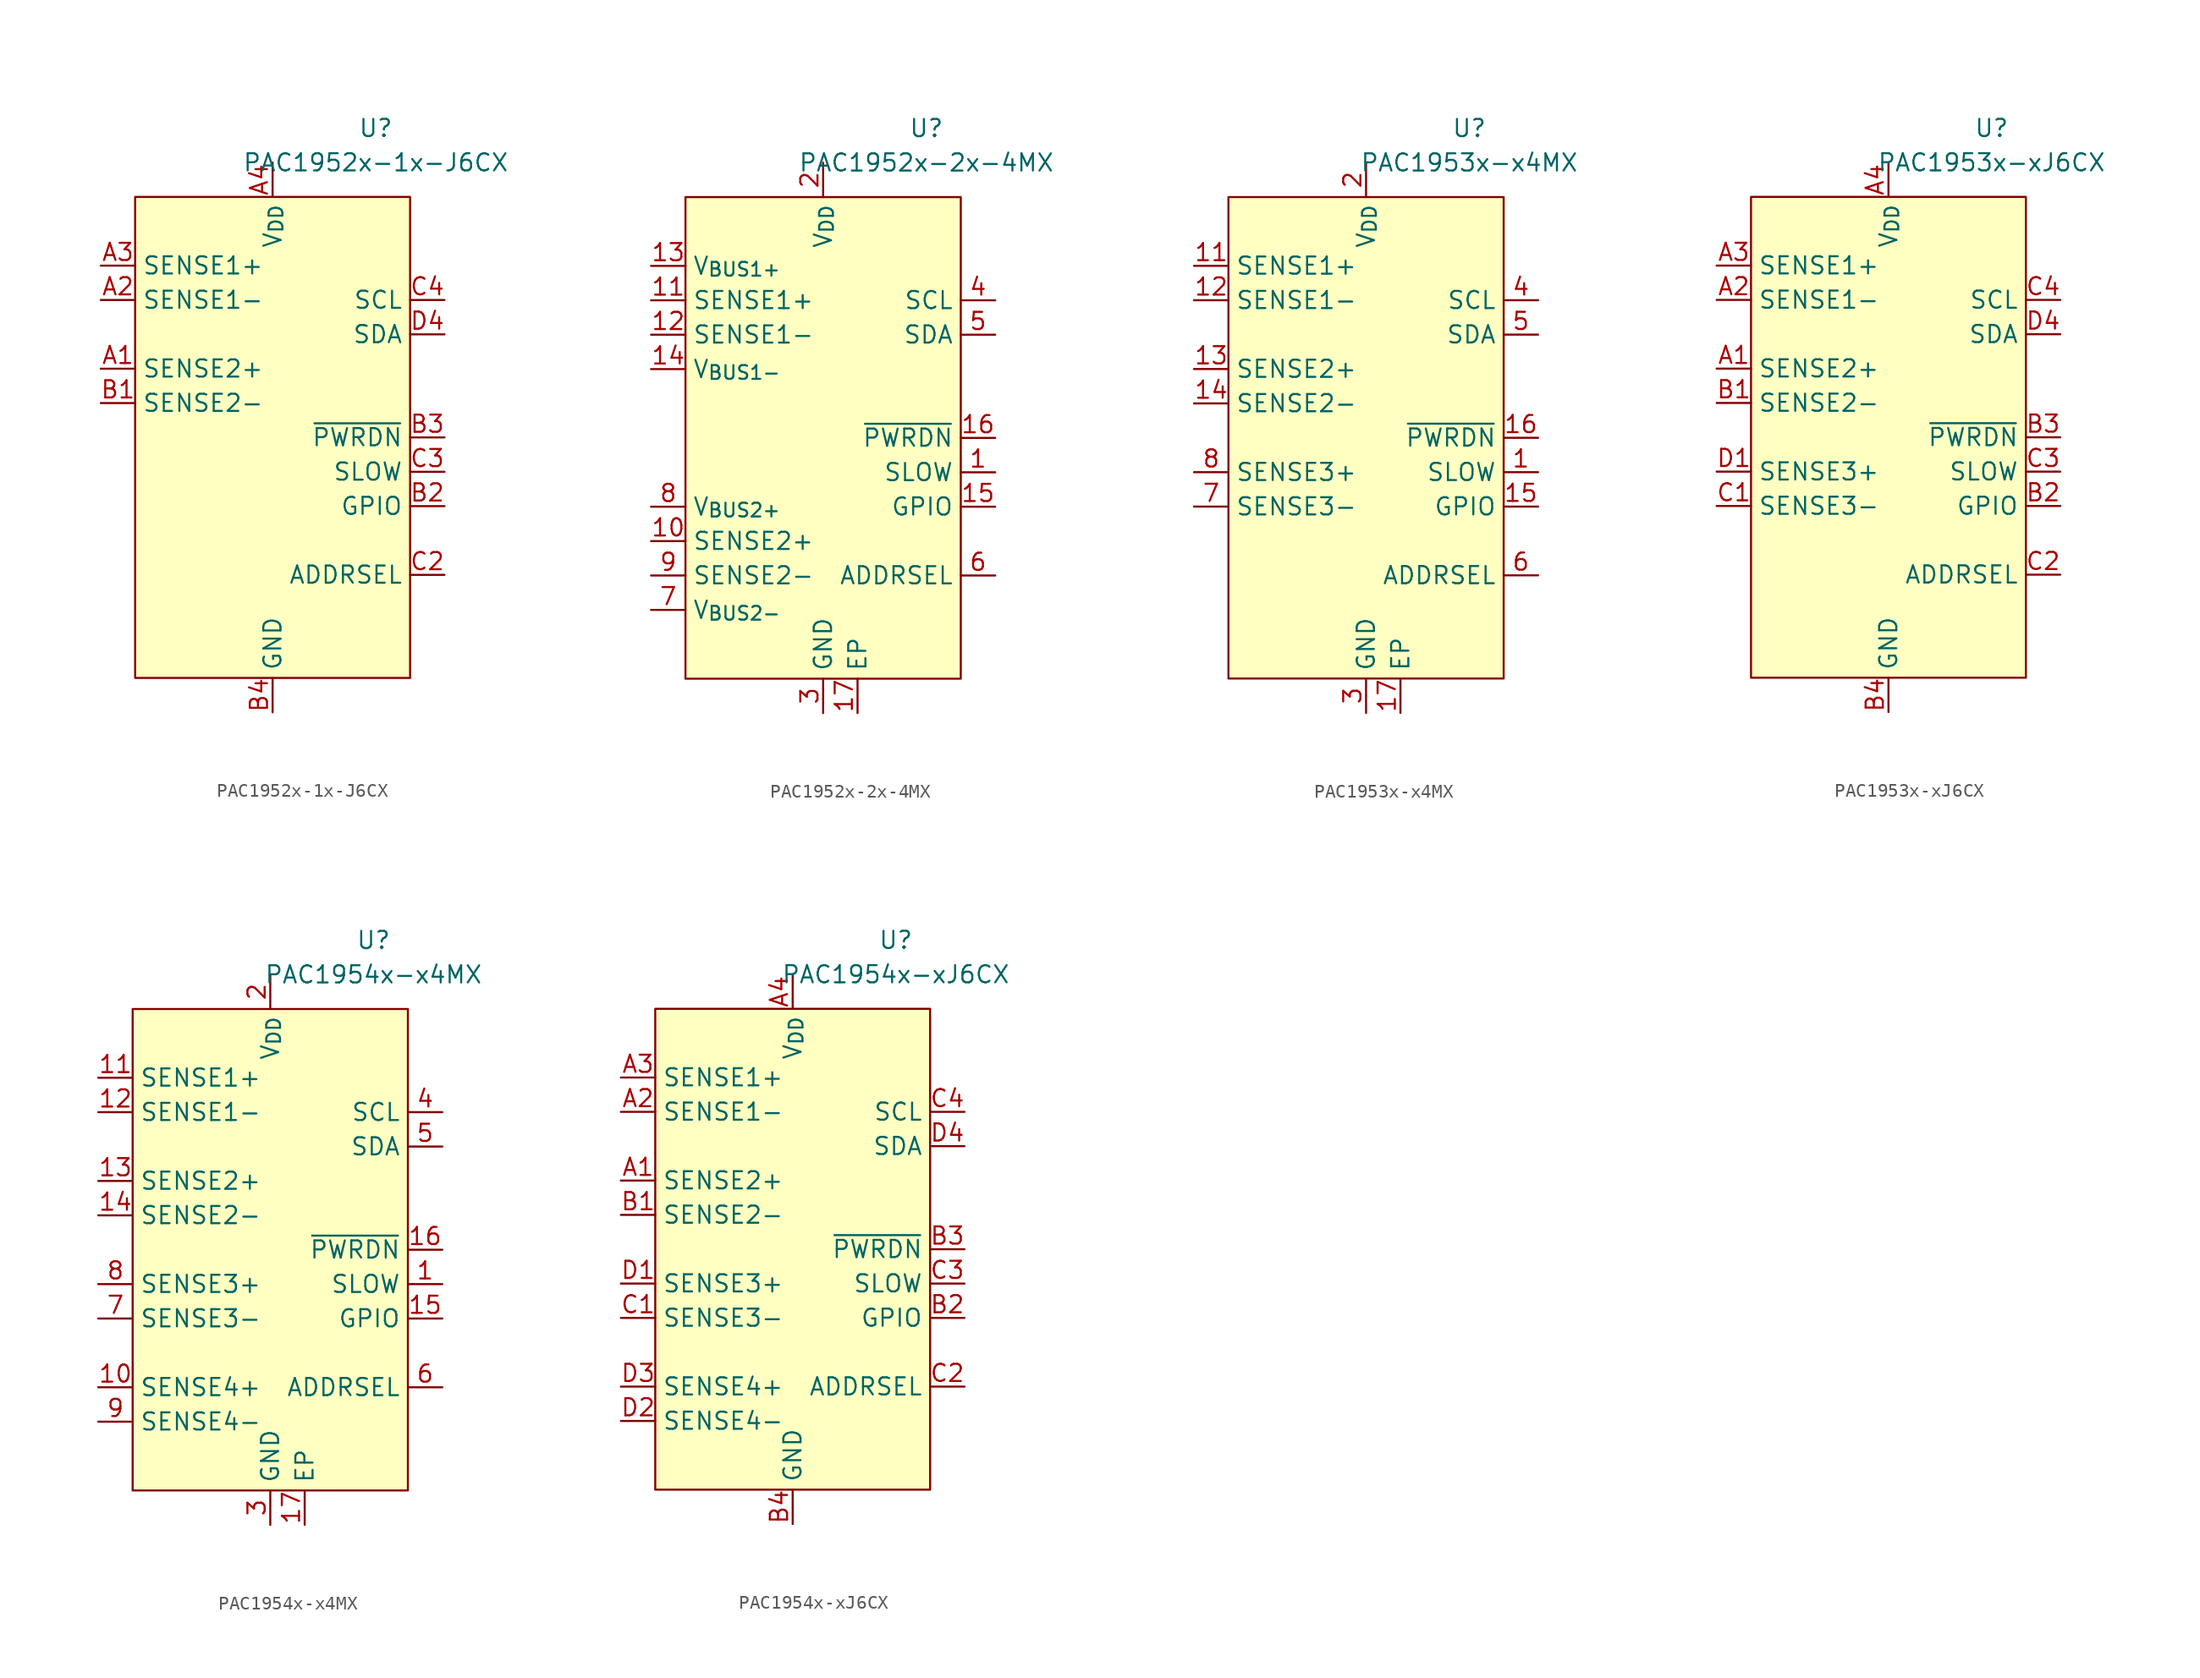
<source format=kicad_sym>
(kicad_symbol_lib
  (version 20211014)
  (generator kicad_symbol_editor)
  (symbol "PAC1952x-1x-J6CX"
    (property "Reference" "U"
      (at 7.62 22.86 0)
      (effects (font (size 1.27 1.27))))
    (property "Value" "PAC1952x-1x-J6CX"
      (at 7.62 20.32 0)
      (effects (font (size 1.27 1.27))))
    (symbol "PAC1952x-1x-J6CX_0_0"
      (pin input line (at -12.7 5.08 0) (length 2.54) (name "SENSE2+" (effects (font (size 1.27 1.27)))) (number "A1" (effects (font (size 1.27 1.27)))))
      (pin input line (at -12.7 10.16 0) (length 2.54) (name "SENSE1-" (effects (font (size 1.27 1.27)))) (number "A2" (effects (font (size 1.27 1.27)))))
      (pin input line (at -12.7 12.7 0) (length 2.54) (name "SENSE1+" (effects (font (size 1.27 1.27)))) (number "A3" (effects (font (size 1.27 1.27)))))
      (pin power_in line (at 0 20.32 270) (length 2.54) (name "V_{DD}" (effects (font (size 1.27 1.27)))) (number "A4" (effects (font (size 1.27 1.27)))))
      (pin input line (at -12.7 2.54 0) (length 2.54) (name "SENSE2-" (effects (font (size 1.27 1.27)))) (number "B1" (effects (font (size 1.27 1.27)))))
      (pin bidirectional line (at 12.7 -5.08 180) (length 2.54) (name "GPIO" (effects (font (size 1.27 1.27)))) (number "B2" (effects (font (size 1.27 1.27)))) (alternate "~{ALERT2}" open_collector line))
      (pin input line (at 12.7 0 180) (length 2.54) (name "~{PWRDN}" (effects (font (size 1.27 1.27)))) (number "B3" (effects (font (size 1.27 1.27)))))
      (pin power_in line (at 0 -20.32 90) (length 2.54) (name "GND" (effects (font (size 1.27 1.27)))) (number "B4" (effects (font (size 1.27 1.27)))))
      (pin passive line (at 0 -20.32 90) (length 2.54) hide (name "GND" (effects (font (size 1.27 1.27)))) (number "C1" (effects (font (size 1.27 1.27)))))
      (pin passive line (at 12.7 -10.16 180) (length 2.54) (name "ADDRSEL" (effects (font (size 1.27 1.27)))) (number "C2" (effects (font (size 1.27 1.27)))))
      (pin input line (at 12.7 -2.54 180) (length 2.54) (name "SLOW" (effects (font (size 1.27 1.27)))) (number "C3" (effects (font (size 1.27 1.27)))) (alternate "GPIO" bidirectional line) (alternate "~{ALERT1}" open_collector line))
      (pin input line (at 12.7 10.16 180) (length 2.54) (name "SCL" (effects (font (size 1.27 1.27)))) (number "C4" (effects (font (size 1.27 1.27)))) (alternate "SM_CLK" input line))
      (pin passive line (at 0 -20.32 90) (length 2.54) hide (name "GND" (effects (font (size 1.27 1.27)))) (number "D1" (effects (font (size 1.27 1.27)))))
      (pin passive line (at 0 -20.32 90) (length 2.54) hide (name "GND" (effects (font (size 1.27 1.27)))) (number "D2" (effects (font (size 1.27 1.27)))))
      (pin passive line (at 0 -20.32 90) (length 2.54) hide (name "GND" (effects (font (size 1.27 1.27)))) (number "D3" (effects (font (size 1.27 1.27)))))
      (pin bidirectional line (at 12.7 7.62 180) (length 2.54) (name "SDA" (effects (font (size 1.27 1.27)))) (number "D4" (effects (font (size 1.27 1.27)))) (alternate "SM_DATA" bidirectional line)))
    (symbol "PAC1952x-1x-J6CX_0_1"
      (rectangle (start -10.16 17.78) (end 10.16 -17.78) (stroke (width 0) (type default) (color 0 0 0 0)) (fill (type background)))))
  (symbol "PAC1952x-2x-4MX"
    (property "Reference" "U"
      (at 7.62 22.86 0)
      (effects (font (size 1.27 1.27))))
    (property "Value" "PAC1952x-2x-4MX"
      (at 7.62 20.32 0)
      (effects (font (size 1.27 1.27))))
    (symbol "PAC1952x-2x-4MX_0_0"
      (pin input line (at 12.7 -2.54 180) (length 2.54) (name "SLOW" (effects (font (size 1.27 1.27)))) (number "1" (effects (font (size 1.27 1.27)))) (alternate "GPIO" bidirectional line) (alternate "~{ALERT1}" open_collector line))
      (pin input line (at -12.7 -7.62 0) (length 2.54) (name "SENSE2+" (effects (font (size 1.27 1.27)))) (number "10" (effects (font (size 1.27 1.27)))))
      (pin input line (at -12.7 10.16 0) (length 2.54) (name "SENSE1+" (effects (font (size 1.27 1.27)))) (number "11" (effects (font (size 1.27 1.27)))))
      (pin input line (at -12.7 7.62 0) (length 2.54) (name "SENSE1-" (effects (font (size 1.27 1.27)))) (number "12" (effects (font (size 1.27 1.27)))))
      (pin input line (at -12.7 12.7 0) (length 2.54) (name "V_{BUS1+}" (effects (font (size 1.27 1.27)))) (number "13" (effects (font (size 1.27 1.27)))))
      (pin input line (at -12.7 5.08 0) (length 2.54) (name "V_{BUS1-}" (effects (font (size 1.27 1.27)))) (number "14" (effects (font (size 1.27 1.27)))))
      (pin bidirectional line (at 12.7 -5.08 180) (length 2.54) (name "GPIO" (effects (font (size 1.27 1.27)))) (number "15" (effects (font (size 1.27 1.27)))) (alternate "~{ALERT2}" open_collector line))
      (pin input line (at 12.7 0 180) (length 2.54) (name "~{PWRDN}" (effects (font (size 1.27 1.27)))) (number "16" (effects (font (size 1.27 1.27)))))
      (pin passive line (at 2.54 -20.32 90) (length 2.54) (name "EP" (effects (font (size 1.27 1.27)))) (number "17" (effects (font (size 1.27 1.27)))))
      (pin power_in line (at 0 20.32 270) (length 2.54) (name "V_{DD}" (effects (font (size 1.27 1.27)))) (number "2" (effects (font (size 1.27 1.27)))))
      (pin power_in line (at 0 -20.32 90) (length 2.54) (name "GND" (effects (font (size 1.27 1.27)))) (number "3" (effects (font (size 1.27 1.27)))))
      (pin input line (at 12.7 10.16 180) (length 2.54) (name "SCL" (effects (font (size 1.27 1.27)))) (number "4" (effects (font (size 1.27 1.27)))) (alternate "SM_CLK" input line))
      (pin bidirectional line (at 12.7 7.62 180) (length 2.54) (name "SDA" (effects (font (size 1.27 1.27)))) (number "5" (effects (font (size 1.27 1.27)))) (alternate "SM_DATA" bidirectional line))
      (pin passive line (at 12.7 -10.16 180) (length 2.54) (name "ADDRSEL" (effects (font (size 1.27 1.27)))) (number "6" (effects (font (size 1.27 1.27)))))
      (pin input line (at -12.7 -12.7 0) (length 2.54) (name "V_{BUS2-}" (effects (font (size 1.27 1.27)))) (number "7" (effects (font (size 1.27 1.27)))))
      (pin input line (at -12.7 -5.08 0) (length 2.54) (name "V_{BUS2+}" (effects (font (size 1.27 1.27)))) (number "8" (effects (font (size 1.27 1.27)))))
      (pin input line (at -12.7 -10.16 0) (length 2.54) (name "SENSE2-" (effects (font (size 1.27 1.27)))) (number "9" (effects (font (size 1.27 1.27))))))
    (symbol "PAC1952x-2x-4MX_0_1"
      (rectangle (start -10.16 17.78) (end 10.16 -17.78) (stroke (width 0) (type default) (color 0 0 0 0)) (fill (type background)))))
  (symbol "PAC1953x-x4MX"
    (property "Reference" "U"
      (at 7.62 22.86 0)
      (effects (font (size 1.27 1.27))))
    (property "Value" "PAC1953x-x4MX"
      (at 7.62 20.32 0)
      (effects (font (size 1.27 1.27))))
    (symbol "PAC1953x-x4MX_0_0"
      (pin input line (at 12.7 -2.54 180) (length 2.54) (name "SLOW" (effects (font (size 1.27 1.27)))) (number "1" (effects (font (size 1.27 1.27)))) (alternate "GPIO" bidirectional line) (alternate "~{ALERT1}" open_collector line))
      (pin passive line (at 0 -20.32 90) (length 2.54) hide (name "GND" (effects (font (size 1.27 1.27)))) (number "10" (effects (font (size 1.27 1.27)))))
      (pin input line (at -12.7 12.7 0) (length 2.54) (name "SENSE1+" (effects (font (size 1.27 1.27)))) (number "11" (effects (font (size 1.27 1.27)))))
      (pin input line (at -12.7 10.16 0) (length 2.54) (name "SENSE1-" (effects (font (size 1.27 1.27)))) (number "12" (effects (font (size 1.27 1.27)))))
      (pin input line (at -12.7 5.08 0) (length 2.54) (name "SENSE2+" (effects (font (size 1.27 1.27)))) (number "13" (effects (font (size 1.27 1.27)))))
      (pin input line (at -12.7 2.54 0) (length 2.54) (name "SENSE2-" (effects (font (size 1.27 1.27)))) (number "14" (effects (font (size 1.27 1.27)))))
      (pin bidirectional line (at 12.7 -5.08 180) (length 2.54) (name "GPIO" (effects (font (size 1.27 1.27)))) (number "15" (effects (font (size 1.27 1.27)))) (alternate "~{ALERT2}" open_collector line))
      (pin input line (at 12.7 0 180) (length 2.54) (name "~{PWRDN}" (effects (font (size 1.27 1.27)))) (number "16" (effects (font (size 1.27 1.27)))))
      (pin passive line (at 2.54 -20.32 90) (length 2.54) (name "EP" (effects (font (size 1.27 1.27)))) (number "17" (effects (font (size 1.27 1.27)))))
      (pin power_in line (at 0 20.32 270) (length 2.54) (name "V_{DD}" (effects (font (size 1.27 1.27)))) (number "2" (effects (font (size 1.27 1.27)))))
      (pin power_in line (at 0 -20.32 90) (length 2.54) (name "GND" (effects (font (size 1.27 1.27)))) (number "3" (effects (font (size 1.27 1.27)))))
      (pin input line (at 12.7 10.16 180) (length 2.54) (name "SCL" (effects (font (size 1.27 1.27)))) (number "4" (effects (font (size 1.27 1.27)))) (alternate "SM_CLK" input line))
      (pin bidirectional line (at 12.7 7.62 180) (length 2.54) (name "SDA" (effects (font (size 1.27 1.27)))) (number "5" (effects (font (size 1.27 1.27)))) (alternate "SM_DATA" bidirectional line))
      (pin passive line (at 12.7 -10.16 180) (length 2.54) (name "ADDRSEL" (effects (font (size 1.27 1.27)))) (number "6" (effects (font (size 1.27 1.27)))))
      (pin input line (at -12.7 -5.08 0) (length 2.54) (name "SENSE3-" (effects (font (size 1.27 1.27)))) (number "7" (effects (font (size 1.27 1.27)))))
      (pin input line (at -12.7 -2.54 0) (length 2.54) (name "SENSE3+" (effects (font (size 1.27 1.27)))) (number "8" (effects (font (size 1.27 1.27)))))
      (pin passive line (at 0 -20.32 90) (length 2.54) hide (name "GND" (effects (font (size 1.27 1.27)))) (number "9" (effects (font (size 1.27 1.27))))))
    (symbol "PAC1953x-x4MX_0_1"
      (rectangle (start -10.16 17.78) (end 10.16 -17.78) (stroke (width 0) (type default) (color 0 0 0 0)) (fill (type background)))))
  (symbol "PAC1953x-xJ6CX"
    (property "Reference" "U"
      (at 7.62 22.86 0)
      (effects (font (size 1.27 1.27))))
    (property "Value" "PAC1953x-xJ6CX"
      (at 7.62 20.32 0)
      (effects (font (size 1.27 1.27))))
    (symbol "PAC1953x-xJ6CX_0_0"
      (pin input line (at -12.7 5.08 0) (length 2.54) (name "SENSE2+" (effects (font (size 1.27 1.27)))) (number "A1" (effects (font (size 1.27 1.27)))))
      (pin input line (at -12.7 10.16 0) (length 2.54) (name "SENSE1-" (effects (font (size 1.27 1.27)))) (number "A2" (effects (font (size 1.27 1.27)))))
      (pin input line (at -12.7 12.7 0) (length 2.54) (name "SENSE1+" (effects (font (size 1.27 1.27)))) (number "A3" (effects (font (size 1.27 1.27)))))
      (pin power_in line (at 0 20.32 270) (length 2.54) (name "V_{DD}" (effects (font (size 1.27 1.27)))) (number "A4" (effects (font (size 1.27 1.27)))))
      (pin input line (at -12.7 2.54 0) (length 2.54) (name "SENSE2-" (effects (font (size 1.27 1.27)))) (number "B1" (effects (font (size 1.27 1.27)))))
      (pin bidirectional line (at 12.7 -5.08 180) (length 2.54) (name "GPIO" (effects (font (size 1.27 1.27)))) (number "B2" (effects (font (size 1.27 1.27)))) (alternate "~{ALERT2}" open_collector line))
      (pin input line (at 12.7 0 180) (length 2.54) (name "~{PWRDN}" (effects (font (size 1.27 1.27)))) (number "B3" (effects (font (size 1.27 1.27)))))
      (pin power_in line (at 0 -20.32 90) (length 2.54) (name "GND" (effects (font (size 1.27 1.27)))) (number "B4" (effects (font (size 1.27 1.27)))))
      (pin input line (at -12.7 -5.08 0) (length 2.54) (name "SENSE3-" (effects (font (size 1.27 1.27)))) (number "C1" (effects (font (size 1.27 1.27)))))
      (pin passive line (at 12.7 -10.16 180) (length 2.54) (name "ADDRSEL" (effects (font (size 1.27 1.27)))) (number "C2" (effects (font (size 1.27 1.27)))))
      (pin input line (at 12.7 -2.54 180) (length 2.54) (name "SLOW" (effects (font (size 1.27 1.27)))) (number "C3" (effects (font (size 1.27 1.27)))) (alternate "GPIO" bidirectional line) (alternate "~{ALERT1}" open_collector line))
      (pin input line (at 12.7 10.16 180) (length 2.54) (name "SCL" (effects (font (size 1.27 1.27)))) (number "C4" (effects (font (size 1.27 1.27)))) (alternate "SM_CLK" input line))
      (pin input line (at -12.7 -2.54 0) (length 2.54) (name "SENSE3+" (effects (font (size 1.27 1.27)))) (number "D1" (effects (font (size 1.27 1.27)))))
      (pin passive line (at 0 -20.32 90) (length 2.54) hide (name "GND" (effects (font (size 1.27 1.27)))) (number "D2" (effects (font (size 1.27 1.27)))))
      (pin passive line (at 0 -20.32 90) (length 2.54) hide (name "GND" (effects (font (size 1.27 1.27)))) (number "D3" (effects (font (size 1.27 1.27)))))
      (pin bidirectional line (at 12.7 7.62 180) (length 2.54) (name "SDA" (effects (font (size 1.27 1.27)))) (number "D4" (effects (font (size 1.27 1.27)))) (alternate "SM_DATA" bidirectional line)))
    (symbol "PAC1953x-xJ6CX_0_1"
      (rectangle (start -10.16 17.78) (end 10.16 -17.78) (stroke (width 0) (type default) (color 0 0 0 0)) (fill (type background)))))
  (symbol "PAC1954x-x4MX"
    (property "Reference" "U"
      (at 7.62 22.86 0)
      (effects (font (size 1.27 1.27))))
    (property "Value" "PAC1954x-x4MX"
      (at 7.62 20.32 0)
      (effects (font (size 1.27 1.27))))
    (symbol "PAC1954x-x4MX_0_0"
      (pin input line (at 12.7 -2.54 180) (length 2.54) (name "SLOW" (effects (font (size 1.27 1.27)))) (number "1" (effects (font (size 1.27 1.27)))) (alternate "GPIO" bidirectional line) (alternate "~{ALERT1}" open_collector line))
      (pin input line (at -12.7 -10.16 0) (length 2.54) (name "SENSE4+" (effects (font (size 1.27 1.27)))) (number "10" (effects (font (size 1.27 1.27)))))
      (pin input line (at -12.7 12.7 0) (length 2.54) (name "SENSE1+" (effects (font (size 1.27 1.27)))) (number "11" (effects (font (size 1.27 1.27)))))
      (pin input line (at -12.7 10.16 0) (length 2.54) (name "SENSE1-" (effects (font (size 1.27 1.27)))) (number "12" (effects (font (size 1.27 1.27)))))
      (pin input line (at -12.7 5.08 0) (length 2.54) (name "SENSE2+" (effects (font (size 1.27 1.27)))) (number "13" (effects (font (size 1.27 1.27)))))
      (pin input line (at -12.7 2.54 0) (length 2.54) (name "SENSE2-" (effects (font (size 1.27 1.27)))) (number "14" (effects (font (size 1.27 1.27)))))
      (pin bidirectional line (at 12.7 -5.08 180) (length 2.54) (name "GPIO" (effects (font (size 1.27 1.27)))) (number "15" (effects (font (size 1.27 1.27)))) (alternate "~{ALERT2}" open_collector line))
      (pin input line (at 12.7 0 180) (length 2.54) (name "~{PWRDN}" (effects (font (size 1.27 1.27)))) (number "16" (effects (font (size 1.27 1.27)))))
      (pin passive line (at 2.54 -20.32 90) (length 2.54) (name "EP" (effects (font (size 1.27 1.27)))) (number "17" (effects (font (size 1.27 1.27)))))
      (pin power_in line (at 0 20.32 270) (length 2.54) (name "V_{DD}" (effects (font (size 1.27 1.27)))) (number "2" (effects (font (size 1.27 1.27)))))
      (pin power_in line (at 0 -20.32 90) (length 2.54) (name "GND" (effects (font (size 1.27 1.27)))) (number "3" (effects (font (size 1.27 1.27)))))
      (pin input line (at 12.7 10.16 180) (length 2.54) (name "SCL" (effects (font (size 1.27 1.27)))) (number "4" (effects (font (size 1.27 1.27)))) (alternate "SM_CLK" input line))
      (pin bidirectional line (at 12.7 7.62 180) (length 2.54) (name "SDA" (effects (font (size 1.27 1.27)))) (number "5" (effects (font (size 1.27 1.27)))) (alternate "SM_DATA" bidirectional line))
      (pin passive line (at 12.7 -10.16 180) (length 2.54) (name "ADDRSEL" (effects (font (size 1.27 1.27)))) (number "6" (effects (font (size 1.27 1.27)))))
      (pin input line (at -12.7 -5.08 0) (length 2.54) (name "SENSE3-" (effects (font (size 1.27 1.27)))) (number "7" (effects (font (size 1.27 1.27)))))
      (pin input line (at -12.7 -2.54 0) (length 2.54) (name "SENSE3+" (effects (font (size 1.27 1.27)))) (number "8" (effects (font (size 1.27 1.27)))))
      (pin input line (at -12.7 -12.7 0) (length 2.54) (name "SENSE4-" (effects (font (size 1.27 1.27)))) (number "9" (effects (font (size 1.27 1.27))))))
    (symbol "PAC1954x-x4MX_0_1"
      (rectangle (start -10.16 17.78) (end 10.16 -17.78) (stroke (width 0) (type default) (color 0 0 0 0)) (fill (type background)))))
  (symbol "PAC1954x-xJ6CX"
    (property "Reference" "U"
      (at 7.62 22.86 0)
      (effects (font (size 1.27 1.27))))
    (property "Value" "PAC1954x-xJ6CX"
      (at 7.62 20.32 0)
      (effects (font (size 1.27 1.27))))
    (symbol "PAC1954x-xJ6CX_0_0"
      (pin input line (at -12.7 5.08 0) (length 2.54) (name "SENSE2+" (effects (font (size 1.27 1.27)))) (number "A1" (effects (font (size 1.27 1.27)))))
      (pin input line (at -12.7 10.16 0) (length 2.54) (name "SENSE1-" (effects (font (size 1.27 1.27)))) (number "A2" (effects (font (size 1.27 1.27)))))
      (pin input line (at -12.7 12.7 0) (length 2.54) (name "SENSE1+" (effects (font (size 1.27 1.27)))) (number "A3" (effects (font (size 1.27 1.27)))))
      (pin power_in line (at 0 20.32 270) (length 2.54) (name "V_{DD}" (effects (font (size 1.27 1.27)))) (number "A4" (effects (font (size 1.27 1.27)))))
      (pin input line (at -12.7 2.54 0) (length 2.54) (name "SENSE2-" (effects (font (size 1.27 1.27)))) (number "B1" (effects (font (size 1.27 1.27)))))
      (pin bidirectional line (at 12.7 -5.08 180) (length 2.54) (name "GPIO" (effects (font (size 1.27 1.27)))) (number "B2" (effects (font (size 1.27 1.27)))) (alternate "~{ALERT2}" open_collector line))
      (pin input line (at 12.7 0 180) (length 2.54) (name "~{PWRDN}" (effects (font (size 1.27 1.27)))) (number "B3" (effects (font (size 1.27 1.27)))))
      (pin power_in line (at 0 -20.32 90) (length 2.54) (name "GND" (effects (font (size 1.27 1.27)))) (number "B4" (effects (font (size 1.27 1.27)))))
      (pin input line (at -12.7 -5.08 0) (length 2.54) (name "SENSE3-" (effects (font (size 1.27 1.27)))) (number "C1" (effects (font (size 1.27 1.27)))))
      (pin passive line (at 12.7 -10.16 180) (length 2.54) (name "ADDRSEL" (effects (font (size 1.27 1.27)))) (number "C2" (effects (font (size 1.27 1.27)))))
      (pin input line (at 12.7 -2.54 180) (length 2.54) (name "SLOW" (effects (font (size 1.27 1.27)))) (number "C3" (effects (font (size 1.27 1.27)))) (alternate "GPIO" bidirectional line) (alternate "~{ALERT1}" open_collector line))
      (pin input line (at 12.7 10.16 180) (length 2.54) (name "SCL" (effects (font (size 1.27 1.27)))) (number "C4" (effects (font (size 1.27 1.27)))) (alternate "SM_CLK" input line))
      (pin input line (at -12.7 -2.54 0) (length 2.54) (name "SENSE3+" (effects (font (size 1.27 1.27)))) (number "D1" (effects (font (size 1.27 1.27)))))
      (pin input line (at -12.7 -12.7 0) (length 2.54) (name "SENSE4-" (effects (font (size 1.27 1.27)))) (number "D2" (effects (font (size 1.27 1.27)))))
      (pin input line (at -12.7 -10.16 0) (length 2.54) (name "SENSE4+" (effects (font (size 1.27 1.27)))) (number "D3" (effects (font (size 1.27 1.27)))))
      (pin bidirectional line (at 12.7 7.62 180) (length 2.54) (name "SDA" (effects (font (size 1.27 1.27)))) (number "D4" (effects (font (size 1.27 1.27)))) (alternate "SM_DATA" bidirectional line)))
    (symbol "PAC1954x-xJ6CX_0_1"
      (rectangle (start -10.16 17.78) (end 10.16 -17.78) (stroke (width 0) (type default) (color 0 0 0 0)) (fill (type background))))))
</source>
